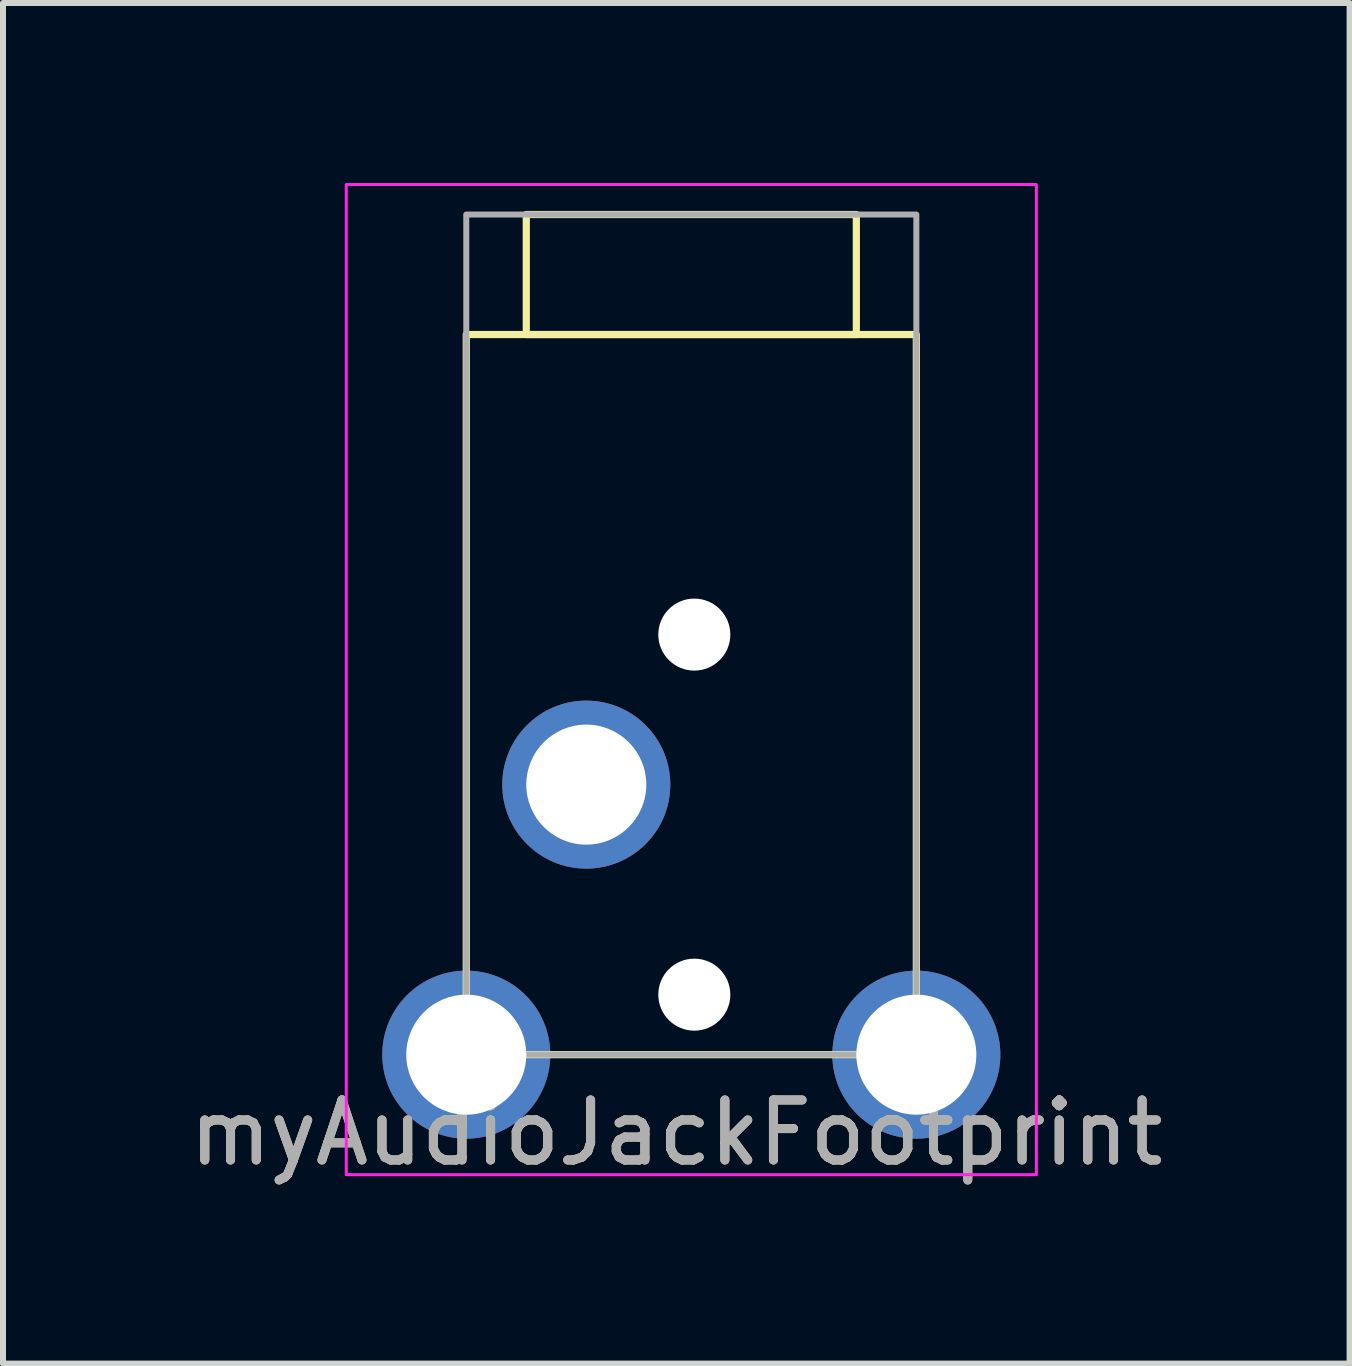
<source format=kicad_pcb>
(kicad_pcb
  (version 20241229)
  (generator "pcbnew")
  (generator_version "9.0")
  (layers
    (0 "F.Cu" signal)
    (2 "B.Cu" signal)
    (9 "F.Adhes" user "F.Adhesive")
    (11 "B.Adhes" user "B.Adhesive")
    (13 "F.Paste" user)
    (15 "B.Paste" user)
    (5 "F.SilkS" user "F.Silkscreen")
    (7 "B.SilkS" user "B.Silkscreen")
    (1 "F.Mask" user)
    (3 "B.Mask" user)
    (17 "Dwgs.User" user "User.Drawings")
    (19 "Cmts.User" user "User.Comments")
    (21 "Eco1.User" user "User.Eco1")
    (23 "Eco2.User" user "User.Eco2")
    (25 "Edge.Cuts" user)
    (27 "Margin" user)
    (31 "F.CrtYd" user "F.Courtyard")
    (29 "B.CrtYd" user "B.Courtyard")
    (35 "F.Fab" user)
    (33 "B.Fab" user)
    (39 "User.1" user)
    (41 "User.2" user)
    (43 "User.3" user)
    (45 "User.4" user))
  (footprint "myAudioJackFootprint"
    (layer "F.Cu")
    (at 8.22 9.525)
    (property "Reference" "myAudioJackFootprint" (at 0 6.3 0) (layer "F.SilkS") (effects (font (size 1 1) (thickness 0.15))))
    (attr through_hole)
    (fp_rect (start -3.5 5) (end 4 -7) (stroke (width 0.12) (type solid)) (fill no) (layer "F.SilkS"))
    (fp_rect (start -2.5 -7) (end 3 -9) (stroke (width 0.12) (type solid)) (fill no) (layer "F.SilkS"))
    (fp_rect (start -5.5 7) (end 6 -9.5) (stroke (width 0.05) (type solid)) (fill no) (layer "F.CrtYd"))
    (fp_rect (start -3.5 5) (end 4 -9) (stroke (width 0.1) (type solid)) (fill no) (layer "F.Fab"))
    (fp_text user "${REFERENCE}" (at 0 6.3 0) (layer "F.Fab") (effects (font (size 1 1) (thickness 0.15))))
    (pad "" np_thru_hole circle (at 0.3 -2) (size 1.2 1.2) (drill 1.2) (layers "*.Cu" "*.Mask"))
    (pad "" np_thru_hole circle (at 0.3 4) (size 1.2 1.2) (drill 1.2) (layers "*.Cu" "*.Mask"))
    (pad "R" thru_hole circle (at -1.5 0.5) (size 2.8 2.8) (drill 2) (layers "*.Cu" "*.Mask"))
    (pad "S" thru_hole circle (at -3.5 5) (size 2.8 2.8) (drill 2) (layers "*.Cu" "*.Mask"))
    (pad "T" thru_hole circle (at 4 5) (size 2.8 2.8) (drill 2) (layers "*.Cu" "*.Mask")))
  (gr_rect
    (start -3 -3)
    (end 19.44 19.673)
    (stroke (width 0.1) (type default))
    (fill no)
    (layer "Edge.Cuts")))
</source>
